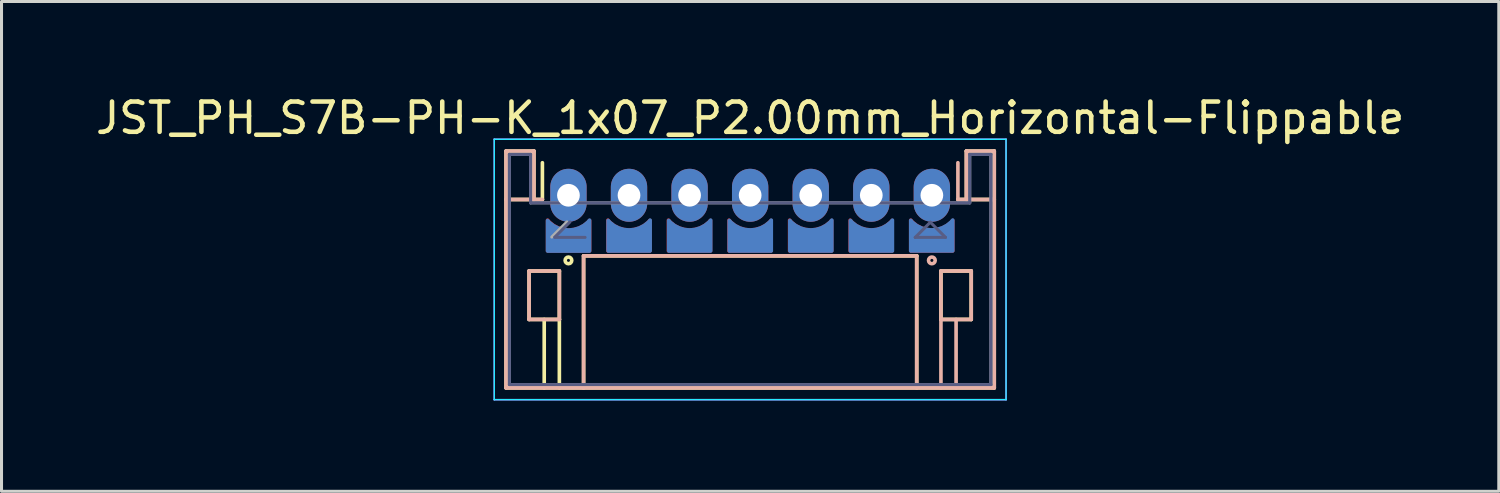
<source format=kicad_pcb>
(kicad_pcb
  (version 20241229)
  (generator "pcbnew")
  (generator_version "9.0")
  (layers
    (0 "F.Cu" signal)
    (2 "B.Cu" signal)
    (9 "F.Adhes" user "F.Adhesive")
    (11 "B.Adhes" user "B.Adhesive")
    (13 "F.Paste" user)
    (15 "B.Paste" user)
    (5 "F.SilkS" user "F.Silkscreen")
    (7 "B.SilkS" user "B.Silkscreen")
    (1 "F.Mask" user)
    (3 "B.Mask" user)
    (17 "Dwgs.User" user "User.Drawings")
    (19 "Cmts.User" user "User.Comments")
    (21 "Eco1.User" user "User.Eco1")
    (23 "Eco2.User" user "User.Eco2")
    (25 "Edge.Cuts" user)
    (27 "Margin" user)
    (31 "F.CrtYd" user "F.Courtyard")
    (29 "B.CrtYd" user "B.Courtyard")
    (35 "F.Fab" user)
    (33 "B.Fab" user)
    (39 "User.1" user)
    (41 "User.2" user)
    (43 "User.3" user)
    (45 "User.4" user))
  (footprint "JST_PH_S7B-PH-K_1x07_P2.00mm_Horizontal-Flippable"
    (layer "F.Cu")
    (at 15.72 3.398)
    (property "Reference" "JST_PH_S7B-PH-K_1x07_P2.00mm_Horizontal-Flippable" (at 6 -2.55 0) (layer "F.SilkS") (effects (font (size 1 1) (thickness 0.15))))
    (fp_line (start -2.06 -1.46) (end -2.06 6.36) (stroke (width 0.12) (type solid)) (layer "F.SilkS"))
    (fp_line (start -2.06 0.14) (end -1.14 0.14) (stroke (width 0.12) (type solid)) (layer "F.SilkS"))
    (fp_line (start -2.06 6.36) (end 14.06 6.36) (stroke (width 0.12) (type solid)) (layer "F.SilkS"))
    (fp_line (start -1.3 2.5) (end -1.3 4.1) (stroke (width 0.12) (type solid)) (layer "F.SilkS"))
    (fp_line (start -1.3 4.1) (end -0.3 4.1) (stroke (width 0.12) (type solid)) (layer "F.SilkS"))
    (fp_line (start -1.14 -1.46) (end -2.06 -1.46) (stroke (width 0.12) (type solid)) (layer "F.SilkS"))
    (fp_line (start -1.14 0.14) (end -1.14 -1.46) (stroke (width 0.12) (type solid)) (layer "F.SilkS"))
    (fp_line (start -0.86 0.14) (end -1.14 0.14) (stroke (width 0.12) (type solid)) (layer "F.SilkS"))
    (fp_line (start -0.86 0.14) (end -0.86 -1.075) (stroke (width 0.12) (type solid)) (layer "F.SilkS"))
    (fp_line (start -0.8 4.1) (end -0.8 6.36) (stroke (width 0.12) (type solid)) (layer "F.SilkS"))
    (fp_line (start -0.3 2.5) (end -1.3 2.5) (stroke (width 0.12) (type solid)) (layer "F.SilkS"))
    (fp_line (start -0.3 4.1) (end -0.3 2.5) (stroke (width 0.12) (type solid)) (layer "F.SilkS"))
    (fp_line (start -0.3 4.1) (end -0.3 6.36) (stroke (width 0.12) (type solid)) (layer "F.SilkS"))
    (fp_line (start 0.5 2) (end 11.5 2) (stroke (width 0.12) (type solid)) (layer "F.SilkS"))
    (fp_line (start 0.5 6.36) (end 0.5 2) (stroke (width 0.12) (type solid)) (layer "F.SilkS"))
    (fp_line (start 11.5 2) (end 11.5 6.36) (stroke (width 0.12) (type solid)) (layer "F.SilkS"))
    (fp_line (start 12.3 2.5) (end 13.3 2.5) (stroke (width 0.12) (type solid)) (layer "F.SilkS"))
    (fp_line (start 12.3 4.1) (end 12.3 2.5) (stroke (width 0.12) (type solid)) (layer "F.SilkS"))
    (fp_line (start 13.14 -1.46) (end 13.14 0.14) (stroke (width 0.12) (type solid)) (layer "F.SilkS"))
    (fp_line (start 13.14 0.14) (end 12.86 0.14) (stroke (width 0.12) (type solid)) (layer "F.SilkS"))
    (fp_line (start 13.3 2.5) (end 13.3 4.1) (stroke (width 0.12) (type solid)) (layer "F.SilkS"))
    (fp_line (start 13.3 4.1) (end 12.3 4.1) (stroke (width 0.12) (type solid)) (layer "F.SilkS"))
    (fp_line (start 14.06 -1.46) (end 13.14 -1.46) (stroke (width 0.12) (type solid)) (layer "F.SilkS"))
    (fp_line (start 14.06 0.14) (end 13.14 0.14) (stroke (width 0.12) (type solid)) (layer "F.SilkS"))
    (fp_line (start 14.06 6.36) (end 14.06 -1.46) (stroke (width 0.12) (type solid)) (layer "F.SilkS"))
    (fp_circle (center 0 2.15) (end 0 2.2) (stroke (width 0.12) (type default)) (fill no) (layer "F.SilkS"))
    (fp_line (start -2.06 -1.46) (end -1.14 -1.46) (stroke (width 0.12) (type solid)) (layer "B.SilkS"))
    (fp_line (start -2.06 0.14) (end -1.14 0.14) (stroke (width 0.12) (type solid)) (layer "B.SilkS"))
    (fp_line (start -2.06 6.36) (end -2.06 -1.46) (stroke (width 0.12) (type solid)) (layer "B.SilkS"))
    (fp_line (start -1.3 2.5) (end -1.3 4.1) (stroke (width 0.12) (type solid)) (layer "B.SilkS"))
    (fp_line (start -1.3 4.1) (end -0.3 4.1) (stroke (width 0.12) (type solid)) (layer "B.SilkS"))
    (fp_line (start -1.14 -1.46) (end -1.14 0.14) (stroke (width 0.12) (type solid)) (layer "B.SilkS"))
    (fp_line (start -1.14 0.14) (end -0.86 0.14) (stroke (width 0.12) (type solid)) (layer "B.SilkS"))
    (fp_line (start -0.3 2.5) (end -1.3 2.5) (stroke (width 0.12) (type solid)) (layer "B.SilkS"))
    (fp_line (start -0.3 4.1) (end -0.3 2.5) (stroke (width 0.12) (type solid)) (layer "B.SilkS"))
    (fp_line (start 0.5 2) (end 0.5 6.36) (stroke (width 0.12) (type solid)) (layer "B.SilkS"))
    (fp_line (start 11.5 2) (end 0.5 2) (stroke (width 0.12) (type solid)) (layer "B.SilkS"))
    (fp_line (start 11.5 6.36) (end 11.5 2) (stroke (width 0.12) (type solid)) (layer "B.SilkS"))
    (fp_line (start 12.3 2.5) (end 13.3 2.5) (stroke (width 0.12) (type solid)) (layer "B.SilkS"))
    (fp_line (start 12.3 4.1) (end 12.3 2.5) (stroke (width 0.12) (type solid)) (layer "B.SilkS"))
    (fp_line (start 12.3 4.1) (end 12.3 6.36) (stroke (width 0.12) (type solid)) (layer "B.SilkS"))
    (fp_line (start 12.8 4.1) (end 12.8 6.36) (stroke (width 0.12) (type solid)) (layer "B.SilkS"))
    (fp_line (start 12.86 0.14) (end 12.86 -1.075) (stroke (width 0.12) (type solid)) (layer "B.SilkS"))
    (fp_line (start 12.86 0.14) (end 13.14 0.14) (stroke (width 0.12) (type solid)) (layer "B.SilkS"))
    (fp_line (start 13.14 -1.46) (end 14.06 -1.46) (stroke (width 0.12) (type solid)) (layer "B.SilkS"))
    (fp_line (start 13.14 0.14) (end 13.14 -1.46) (stroke (width 0.12) (type solid)) (layer "B.SilkS"))
    (fp_line (start 13.3 2.5) (end 13.3 4.1) (stroke (width 0.12) (type solid)) (layer "B.SilkS"))
    (fp_line (start 13.3 4.1) (end 12.3 4.1) (stroke (width 0.12) (type solid)) (layer "B.SilkS"))
    (fp_line (start 14.06 -1.46) (end 14.06 6.36) (stroke (width 0.12) (type solid)) (layer "B.SilkS"))
    (fp_line (start 14.06 0.14) (end 13.14 0.14) (stroke (width 0.12) (type solid)) (layer "B.SilkS"))
    (fp_line (start 14.06 6.36) (end -2.06 6.36) (stroke (width 0.12) (type solid)) (layer "B.SilkS"))
    (fp_circle (center 12 2.15) (end 12 2.2) (stroke (width 0.12) (type default)) (fill no) (layer "B.SilkS"))
    (fp_line (start -2.45 -1.85) (end 14.45 -1.85) (stroke (width 0.05) (type solid)) (layer "B.CrtYd"))
    (fp_line (start -2.45 6.75) (end -2.45 -1.85) (stroke (width 0.05) (type solid)) (layer "B.CrtYd"))
    (fp_line (start 14.45 -1.85) (end 14.45 6.75) (stroke (width 0.05) (type solid)) (layer "B.CrtYd"))
    (fp_line (start 14.45 6.75) (end -2.45 6.75) (stroke (width 0.05) (type solid)) (layer "B.CrtYd"))
    (fp_line (start -2.45 -1.85) (end -2.45 6.75) (stroke (width 0.05) (type solid)) (layer "F.CrtYd"))
    (fp_line (start -2.45 6.75) (end 14.45 6.75) (stroke (width 0.05) (type solid)) (layer "F.CrtYd"))
    (fp_line (start 14.45 -1.85) (end -2.45 -1.85) (stroke (width 0.05) (type solid)) (layer "F.CrtYd"))
    (fp_line (start 14.45 6.75) (end 14.45 -1.85) (stroke (width 0.05) (type solid)) (layer "F.CrtYd"))
    (fp_line (start -1.95 -1.35) (end -1.25 -1.35) (stroke (width 0.1) (type solid)) (layer "B.Fab"))
    (fp_line (start -1.95 6.25) (end -1.95 -1.35) (stroke (width 0.1) (type solid)) (layer "B.Fab"))
    (fp_line (start -1.25 -1.35) (end -1.25 0.25) (stroke (width 0.1) (type solid)) (layer "B.Fab"))
    (fp_line (start -1.25 0.25) (end 13.25 0.25) (stroke (width 0.1) (type solid)) (layer "B.Fab"))
    (fp_line (start -0.45 1.38) (end 0.05 0.88) (stroke (width 0.1) (type solid)) (layer "B.Fab"))
    (fp_line (start 0.55 1.39) (end -0.45 1.39) (stroke (width 0.1) (type solid)) (layer "B.Fab"))
    (fp_line (start 11.45 1.39) (end 11.95 0.89) (stroke (width 0.1) (type solid)) (layer "B.Fab"))
    (fp_line (start 11.95 0.89) (end 12.45 1.39) (stroke (width 0.1) (type solid)) (layer "B.Fab"))
    (fp_line (start 12.45 1.39) (end 11.45 1.39) (stroke (width 0.1) (type solid)) (layer "B.Fab"))
    (fp_line (start 13.25 -1.35) (end 13.95 -1.35) (stroke (width 0.1) (type solid)) (layer "B.Fab"))
    (fp_line (start 13.25 0.25) (end 13.25 -1.35) (stroke (width 0.1) (type solid)) (layer "B.Fab"))
    (fp_line (start 13.95 -1.35) (end 13.95 6.25) (stroke (width 0.1) (type solid)) (layer "B.Fab"))
    (fp_line (start 13.95 6.25) (end -1.95 6.25) (stroke (width 0.1) (type solid)) (layer "B.Fab"))
    (fp_line (start -1.95 -1.35) (end -1.95 6.25) (stroke (width 0.1) (type solid)) (layer "F.Fab"))
    (fp_line (start -1.95 6.25) (end 13.95 6.25) (stroke (width 0.1) (type solid)) (layer "F.Fab"))
    (fp_line (start -1.25 -1.35) (end -1.95 -1.35) (stroke (width 0.1) (type solid)) (layer "F.Fab"))
    (fp_line (start -1.25 0.25) (end -1.25 -1.35) (stroke (width 0.1) (type solid)) (layer "F.Fab"))
    (fp_line (start -0.05 0.88) (end -0.55 1.38) (stroke (width 0.1) (type solid)) (layer "F.Fab"))
    (fp_line (start 13.25 -1.35) (end 13.25 0.25) (stroke (width 0.1) (type solid)) (layer "F.Fab"))
    (fp_line (start 13.25 0.25) (end -1.25 0.25) (stroke (width 0.1) (type solid)) (layer "F.Fab"))
    (fp_line (start 13.95 -1.35) (end 13.25 -1.35) (stroke (width 0.1) (type solid)) (layer "F.Fab"))
    (fp_line (start 13.95 6.25) (end 13.95 -1.35) (stroke (width 0.1) (type solid)) (layer "F.Fab"))
    (pad "" thru_hole oval (at 0 0) (size 1.2 1.75) (drill 0.75) (layers "*.Cu" "*.Mask"))
    (pad "" thru_hole oval (at 2 0) (size 1.2 1.75) (drill 0.75) (layers "*.Cu" "*.Mask"))
    (pad "" thru_hole oval (at 4 0) (size 1.2 1.75) (drill 0.75) (layers "*.Cu" "*.Mask"))
    (pad "" thru_hole oval (at 6 0) (size 1.2 1.75) (drill 0.75) (layers "*.Cu" "*.Mask"))
    (pad "" thru_hole oval (at 8 0) (size 1.2 1.75) (drill 0.75) (layers "*.Cu" "*.Mask"))
    (pad "" thru_hole oval (at 10 0) (size 1.2 1.75) (drill 0.75) (layers "*.Cu" "*.Mask"))
    (pad "" thru_hole oval (at 12 0) (size 1.2 1.75) (drill 0.75) (layers "*.Cu" "*.Mask"))
    (pad "1" smd custom (at 0 1.492 90) (size 0.8 1.3) (layers "B.Cu" "B.Mask") (options (anchor rect)) (primitives (gr_poly (pts (xy 0.56 -0.67) (xy 0.34 -0.67) (xy 0.34 -0.3)) (width 0.1) (fill yes)) (gr_line (start 0.67 0.697) (end -0.35 0.697) (width 0.12)) (gr_poly (pts (xy 0.54 0.67) (xy 0.32 0.67) (xy 0.32 0.3)) (width 0.1) (fill yes)) (gr_line (start -0.35 0.697) (end -0.35 -0.69) (width 0.12)) (gr_arc (start 0.67 0.697) (mid 0.346842 0.007214) (end 0.659062 -0.687591) (width 0.12)) (gr_line (start -0.35 -0.69) (end 0.66 -0.69) (width 0.12))))
    (pad "1" smd custom (at 12 1.49 270) (size 0.8 1.3) (layers "F.Cu" "F.Mask") (options (anchor rect)) (primitives (gr_poly (pts (xy -0.56 -0.67) (xy -0.34 -0.67) (xy -0.34 -0.3)) (width 0.1) (fill yes)) (gr_line (start 0.35 0.697) (end -0.67 0.697) (width 0.12)) (gr_poly (pts (xy -0.54 0.67) (xy -0.32 0.67) (xy -0.32 0.3)) (width 0.1) (fill yes)) (gr_line (start 0.35 -0.69) (end 0.35 0.697) (width 0.12)) (gr_arc (start -0.659062 -0.687591) (mid -0.346843 0.007214) (end -0.67 0.697) (width 0.12)) (gr_line (start -0.66 -0.69) (end 0.35 -0.69) (width 0.12))))
    (pad "2" smd custom (at 2 1.49 90) (size 0.8 1.3) (layers "B.Cu" "B.Mask") (options (anchor rect)) (primitives (gr_poly (pts (xy 0.56 -0.67) (xy 0.34 -0.67) (xy 0.34 -0.3)) (width 0.1) (fill yes)) (gr_line (start 0.67 0.697) (end -0.35 0.697) (width 0.12)) (gr_poly (pts (xy 0.54 0.67) (xy 0.32 0.67) (xy 0.32 0.3)) (width 0.1) (fill yes)) (gr_line (start -0.35 0.697) (end -0.35 -0.69) (width 0.12)) (gr_arc (start 0.67 0.697) (mid 0.346842 0.007214) (end 0.659062 -0.687591) (width 0.12)) (gr_line (start -0.35 -0.69) (end 0.66 -0.69) (width 0.12))))
    (pad "2" smd custom (at 10 1.49 270) (size 0.8 1.3) (layers "F.Cu" "F.Mask") (options (anchor rect)) (primitives (gr_poly (pts (xy -0.56 -0.67) (xy -0.34 -0.67) (xy -0.34 -0.3)) (width 0.1) (fill yes)) (gr_line (start 0.35 0.697) (end -0.67 0.697) (width 0.12)) (gr_poly (pts (xy -0.54 0.67) (xy -0.32 0.67) (xy -0.32 0.3)) (width 0.1) (fill yes)) (gr_line (start 0.35 -0.69) (end 0.35 0.697) (width 0.12)) (gr_arc (start -0.659062 -0.687591) (mid -0.346843 0.007214) (end -0.67 0.697) (width 0.12)) (gr_line (start -0.66 -0.69) (end 0.35 -0.69) (width 0.12))))
    (pad "3" smd custom (at 4 1.49 90) (size 0.8 1.3) (layers "B.Cu" "B.Mask") (options (anchor rect)) (primitives (gr_poly (pts (xy 0.56 -0.67) (xy 0.34 -0.67) (xy 0.34 -0.3)) (width 0.1) (fill yes)) (gr_line (start 0.67 0.697) (end -0.35 0.697) (width 0.12)) (gr_poly (pts (xy 0.54 0.67) (xy 0.32 0.67) (xy 0.32 0.3)) (width 0.1) (fill yes)) (gr_line (start -0.35 0.697) (end -0.35 -0.69) (width 0.12)) (gr_arc (start 0.67 0.697) (mid 0.346842 0.007214) (end 0.659062 -0.687591) (width 0.12)) (gr_line (start -0.35 -0.69) (end 0.66 -0.69) (width 0.12))))
    (pad "3" smd custom (at 8 1.49 270) (size 0.8 1.3) (layers "F.Cu" "F.Mask") (options (anchor rect)) (primitives (gr_poly (pts (xy -0.56 -0.67) (xy -0.34 -0.67) (xy -0.34 -0.3)) (width 0.1) (fill yes)) (gr_line (start 0.35 0.697) (end -0.67 0.697) (width 0.12)) (gr_poly (pts (xy -0.54 0.67) (xy -0.32 0.67) (xy -0.32 0.3)) (width 0.1) (fill yes)) (gr_line (start 0.35 -0.69) (end 0.35 0.697) (width 0.12)) (gr_arc (start -0.659062 -0.687591) (mid -0.346843 0.007214) (end -0.67 0.697) (width 0.12)) (gr_line (start -0.66 -0.69) (end 0.35 -0.69) (width 0.12))))
    (pad "4" smd custom (at 6 1.49 270) (size 0.8 1.3) (layers "F.Cu" "F.Mask") (options (anchor rect)) (primitives (gr_poly (pts (xy -0.56 -0.67) (xy -0.34 -0.67) (xy -0.34 -0.3)) (width 0.1) (fill yes)) (gr_line (start 0.35 0.697) (end -0.67 0.697) (width 0.12)) (gr_poly (pts (xy -0.54 0.67) (xy -0.32 0.67) (xy -0.32 0.3)) (width 0.1) (fill yes)) (gr_line (start 0.35 -0.69) (end 0.35 0.697) (width 0.12)) (gr_arc (start -0.659062 -0.687591) (mid -0.346843 0.007214) (end -0.67 0.697) (width 0.12)) (gr_line (start -0.66 -0.69) (end 0.35 -0.69) (width 0.12))))
    (pad "4" smd custom (at 6 1.49 90) (size 0.8 1.3) (layers "B.Cu" "B.Mask") (options (anchor rect)) (primitives (gr_poly (pts (xy 0.56 -0.67) (xy 0.34 -0.67) (xy 0.34 -0.3)) (width 0.1) (fill yes)) (gr_line (start 0.67 0.697) (end -0.35 0.697) (width 0.12)) (gr_poly (pts (xy 0.54 0.67) (xy 0.32 0.67) (xy 0.32 0.3)) (width 0.1) (fill yes)) (gr_line (start -0.35 0.697) (end -0.35 -0.69) (width 0.12)) (gr_arc (start 0.67 0.697) (mid 0.346842 0.007214) (end 0.659062 -0.687591) (width 0.12)) (gr_line (start -0.35 -0.69) (end 0.66 -0.69) (width 0.12))))
    (pad "5" smd custom (at 4 1.49 270) (size 0.8 1.3) (layers "F.Cu" "F.Mask") (options (anchor rect)) (primitives (gr_poly (pts (xy -0.56 -0.67) (xy -0.34 -0.67) (xy -0.34 -0.3)) (width 0.1) (fill yes)) (gr_line (start 0.35 0.697) (end -0.67 0.697) (width 0.12)) (gr_poly (pts (xy -0.54 0.67) (xy -0.32 0.67) (xy -0.32 0.3)) (width 0.1) (fill yes)) (gr_line (start 0.35 -0.69) (end 0.35 0.697) (width 0.12)) (gr_arc (start -0.659062 -0.687591) (mid -0.346843 0.007214) (end -0.67 0.697) (width 0.12)) (gr_line (start -0.66 -0.69) (end 0.35 -0.69) (width 0.12))))
    (pad "5" smd custom (at 8 1.49 90) (size 0.8 1.3) (layers "B.Cu" "B.Mask") (options (anchor rect)) (primitives (gr_poly (pts (xy 0.56 -0.67) (xy 0.34 -0.67) (xy 0.34 -0.3)) (width 0.1) (fill yes)) (gr_line (start 0.67 0.697) (end -0.35 0.697) (width 0.12)) (gr_poly (pts (xy 0.54 0.67) (xy 0.32 0.67) (xy 0.32 0.3)) (width 0.1) (fill yes)) (gr_line (start -0.35 0.697) (end -0.35 -0.69) (width 0.12)) (gr_arc (start 0.67 0.697) (mid 0.346842 0.007214) (end 0.659062 -0.687591) (width 0.12)) (gr_line (start -0.35 -0.69) (end 0.66 -0.69) (width 0.12))))
    (pad "6" smd custom (at 2 1.49 270) (size 0.8 1.3) (layers "F.Cu" "F.Mask") (options (anchor rect)) (primitives (gr_poly (pts (xy -0.56 -0.67) (xy -0.34 -0.67) (xy -0.34 -0.3)) (width 0.1) (fill yes)) (gr_line (start 0.35 0.697) (end -0.67 0.697) (width 0.12)) (gr_poly (pts (xy -0.54 0.67) (xy -0.32 0.67) (xy -0.32 0.3)) (width 0.1) (fill yes)) (gr_line (start 0.35 -0.69) (end 0.35 0.697) (width 0.12)) (gr_arc (start -0.659062 -0.687591) (mid -0.346843 0.007214) (end -0.67 0.697) (width 0.12)) (gr_line (start -0.66 -0.69) (end 0.35 -0.69) (width 0.12))))
    (pad "6" smd custom (at 10 1.49 90) (size 0.8 1.3) (layers "B.Cu" "B.Mask") (options (anchor rect)) (primitives (gr_poly (pts (xy 0.56 -0.67) (xy 0.34 -0.67) (xy 0.34 -0.3)) (width 0.1) (fill yes)) (gr_line (start 0.67 0.697) (end -0.35 0.697) (width 0.12)) (gr_poly (pts (xy 0.54 0.67) (xy 0.32 0.67) (xy 0.32 0.3)) (width 0.1) (fill yes)) (gr_line (start -0.35 0.697) (end -0.35 -0.69) (width 0.12)) (gr_arc (start 0.67 0.697) (mid 0.346842 0.007214) (end 0.659062 -0.687591) (width 0.12)) (gr_line (start -0.35 -0.69) (end 0.66 -0.69) (width 0.12))))
    (pad "7" smd custom (at 0.009 1.49 270) (size 0.8 1.3) (layers "F.Cu" "F.Mask") (options (anchor rect)) (primitives (gr_poly (pts (xy -0.56 -0.67) (xy -0.34 -0.67) (xy -0.34 -0.3)) (width 0.1) (fill yes)) (gr_line (start 0.35 0.697) (end -0.67 0.697) (width 0.12)) (gr_poly (pts (xy -0.54 0.67) (xy -0.32 0.67) (xy -0.32 0.3)) (width 0.1) (fill yes)) (gr_line (start 0.35 -0.69) (end 0.35 0.697) (width 0.12)) (gr_arc (start -0.659062 -0.687591) (mid -0.346843 0.007214) (end -0.67 0.697) (width 0.12)) (gr_line (start -0.66 -0.69) (end 0.35 -0.69) (width 0.12))))
    (pad "7" smd custom (at 11.992 1.488 90) (size 0.8 1.3) (layers "B.Cu" "B.Mask") (options (anchor rect)) (primitives (gr_poly (pts (xy 0.56 -0.67) (xy 0.34 -0.67) (xy 0.34 -0.3)) (width 0.1) (fill yes)) (gr_line (start 0.67 0.697) (end -0.35 0.697) (width 0.12)) (gr_poly (pts (xy 0.54 0.67) (xy 0.32 0.67) (xy 0.32 0.3)) (width 0.1) (fill yes)) (gr_line (start -0.35 0.697) (end -0.35 -0.69) (width 0.12)) (gr_arc (start 0.67 0.697) (mid 0.346842 0.007214) (end 0.659062 -0.687591) (width 0.12)) (gr_line (start -0.35 -0.69) (end 0.66 -0.69) (width 0.12)))))
  (gr_rect
    (start -3 -3)
    (end 46.44 13.173)
    (stroke (width 0.1) (type default))
    (fill no)
    (layer "Edge.Cuts")))
</source>
